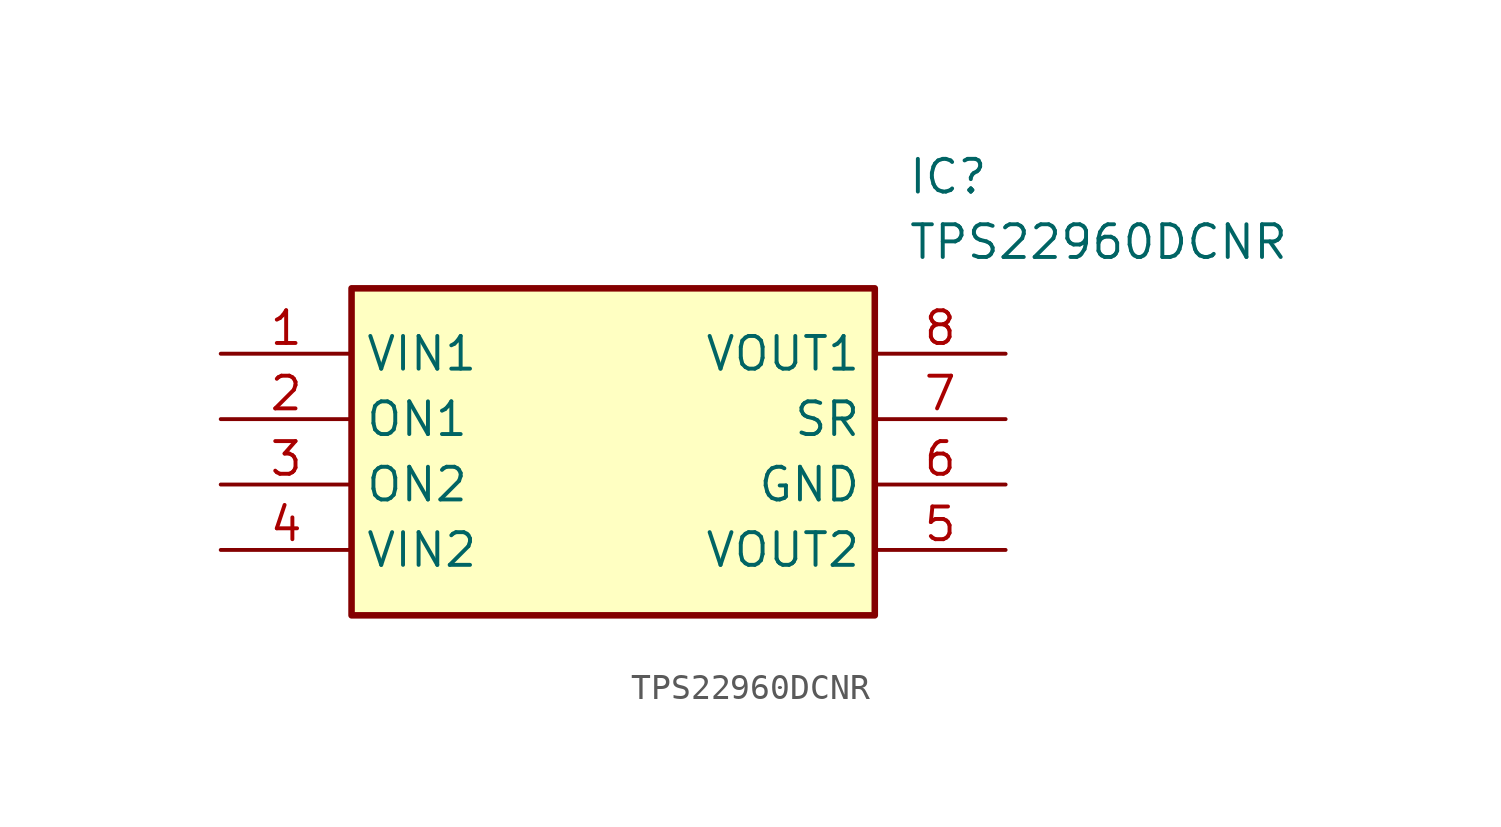
<source format=kicad_sym>
(kicad_symbol_lib
  (version 20211014)
  (generator SamacSys_ECAD_Model)
  (symbol "TPS22960DCNR"
    (property "Reference" "IC"
      (at 26.67 7.62 0)
      (effects (font (size 1.27 1.27)) (justify left top)))
    (property "Value" "TPS22960DCNR"
      (at 26.67 5.08 0)
      (effects (font (size 1.27 1.27)) (justify left top)))
    (rectangle
      (start 5.08 2.54)
      (end 25.4 -10.16)
      (stroke (width 0.254) (type default))
      (fill (type background)))
    (pin passive line
      (at 0 0 0)
      (length 5.08)
      (name "VIN1" (effects (font (size 1.27 1.27))))
      (number "1" (effects (font (size 1.27 1.27)))))
    (pin passive line
      (at 0 -2.54 0)
      (length 5.08)
      (name "ON1" (effects (font (size 1.27 1.27))))
      (number "2" (effects (font (size 1.27 1.27)))))
    (pin passive line
      (at 0 -5.08 0)
      (length 5.08)
      (name "ON2" (effects (font (size 1.27 1.27))))
      (number "3" (effects (font (size 1.27 1.27)))))
    (pin passive line
      (at 0 -7.62 0)
      (length 5.08)
      (name "VIN2" (effects (font (size 1.27 1.27))))
      (number "4" (effects (font (size 1.27 1.27)))))
    (pin passive line
      (at 30.48 0 180)
      (length 5.08)
      (name "VOUT1" (effects (font (size 1.27 1.27))))
      (number "8" (effects (font (size 1.27 1.27)))))
    (pin passive line
      (at 30.48 -2.54 180)
      (length 5.08)
      (name "SR" (effects (font (size 1.27 1.27))))
      (number "7" (effects (font (size 1.27 1.27)))))
    (pin passive line
      (at 30.48 -5.08 180)
      (length 5.08)
      (name "GND" (effects (font (size 1.27 1.27))))
      (number "6" (effects (font (size 1.27 1.27)))))
    (pin passive line
      (at 30.48 -7.62 180)
      (length 5.08)
      (name "VOUT2" (effects (font (size 1.27 1.27))))
      (number "5" (effects (font (size 1.27 1.27)))))))
</source>
